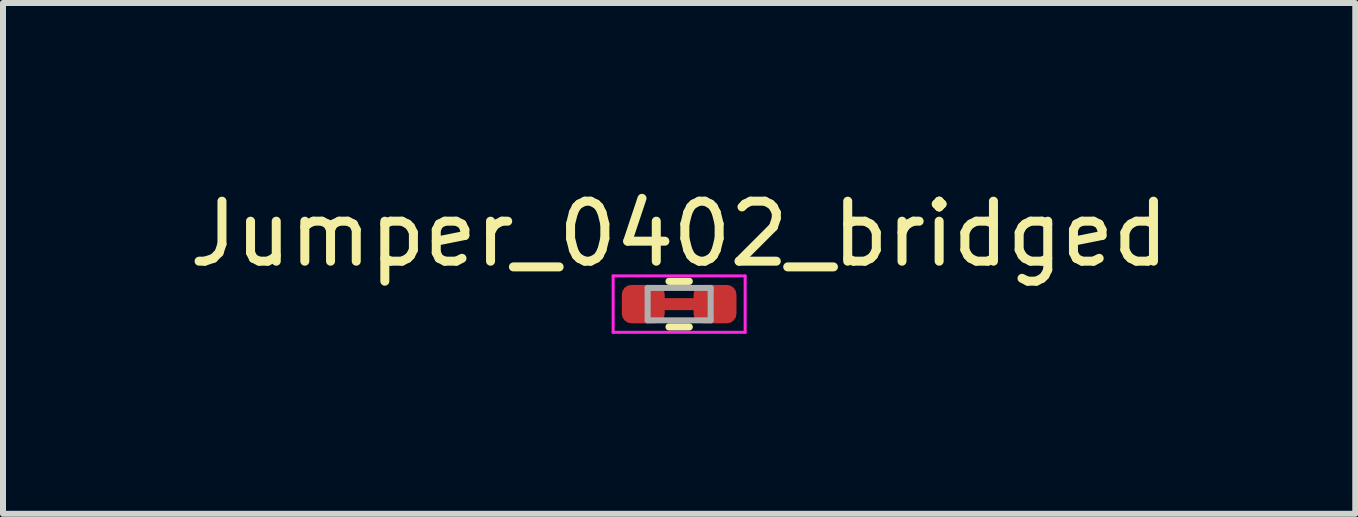
<source format=kicad_pcb>
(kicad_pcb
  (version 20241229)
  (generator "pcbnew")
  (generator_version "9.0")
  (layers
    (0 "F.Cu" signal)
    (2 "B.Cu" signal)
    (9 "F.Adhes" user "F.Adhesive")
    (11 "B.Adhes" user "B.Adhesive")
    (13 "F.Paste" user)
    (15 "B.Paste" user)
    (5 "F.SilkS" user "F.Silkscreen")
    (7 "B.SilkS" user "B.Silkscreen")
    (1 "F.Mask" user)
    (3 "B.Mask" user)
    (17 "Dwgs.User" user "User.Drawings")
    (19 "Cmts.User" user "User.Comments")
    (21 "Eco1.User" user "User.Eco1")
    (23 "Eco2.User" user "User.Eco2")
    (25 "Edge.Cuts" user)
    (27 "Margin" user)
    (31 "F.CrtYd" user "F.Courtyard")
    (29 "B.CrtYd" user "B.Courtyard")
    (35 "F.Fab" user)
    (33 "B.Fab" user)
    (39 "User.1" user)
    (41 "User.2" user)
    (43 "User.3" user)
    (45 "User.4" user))
  (footprint "Jumper_0402_bridged"
    (layer "F.Cu")
    (at 8.268 2.018)
    (property "Reference" "Jumper_0402_bridged" (at 0 -1.17 0) (layer "F.SilkS") (effects (font (size 1 1) (thickness 0.15))))
    (attr smd)
    (fp_line (start -0.598 0) (end 0.598 0) (stroke (width 0.2) (type default)) (layer "F.Cu"))
    (fp_line (start -0.598 0) (end 0.598 0) (stroke (width 0.2) (type default)) (layer "F.Mask"))
    (fp_line (start -0.168 -0.38) (end 0.168 -0.38) (stroke (width 0.12) (type solid)) (layer "F.SilkS"))
    (fp_line (start -0.168 0.38) (end 0.168 0.38) (stroke (width 0.12) (type solid)) (layer "F.SilkS"))
    (fp_line (start -1.1 -0.47) (end 1.1 -0.47) (stroke (width 0.05) (type solid)) (layer "F.CrtYd"))
    (fp_line (start -1.1 0.47) (end -1.1 -0.47) (stroke (width 0.05) (type solid)) (layer "F.CrtYd"))
    (fp_line (start 1.1 -0.47) (end 1.1 0.47) (stroke (width 0.05) (type solid)) (layer "F.CrtYd"))
    (fp_line (start 1.1 0.47) (end -1.1 0.47) (stroke (width 0.05) (type solid)) (layer "F.CrtYd"))
    (fp_line (start -0.525 -0.27) (end 0.525 -0.27) (stroke (width 0.1) (type solid)) (layer "F.Fab"))
    (fp_line (start -0.525 0.27) (end -0.525 -0.27) (stroke (width 0.1) (type solid)) (layer "F.Fab"))
    (fp_line (start 0.525 -0.27) (end 0.525 0.27) (stroke (width 0.1) (type solid)) (layer "F.Fab"))
    (fp_line (start 0.525 0.27) (end -0.525 0.27) (stroke (width 0.1) (type solid)) (layer "F.Fab"))
    (pad "1" smd roundrect (at -0.598 0) (size 0.715 0.64) (layers "F.Cu" "F.Mask" "F.Paste") (roundrect_rratio 0.25))
    (pad "2" smd roundrect (at 0.598 0) (size 0.715 0.64) (layers "F.Cu" "F.Mask" "F.Paste") (roundrect_rratio 0.25)))
  (gr_rect
    (start -3 -3)
    (end 19.536 5.513)
    (stroke (width 0.1) (type default))
    (fill no)
    (layer "Edge.Cuts")))
</source>
